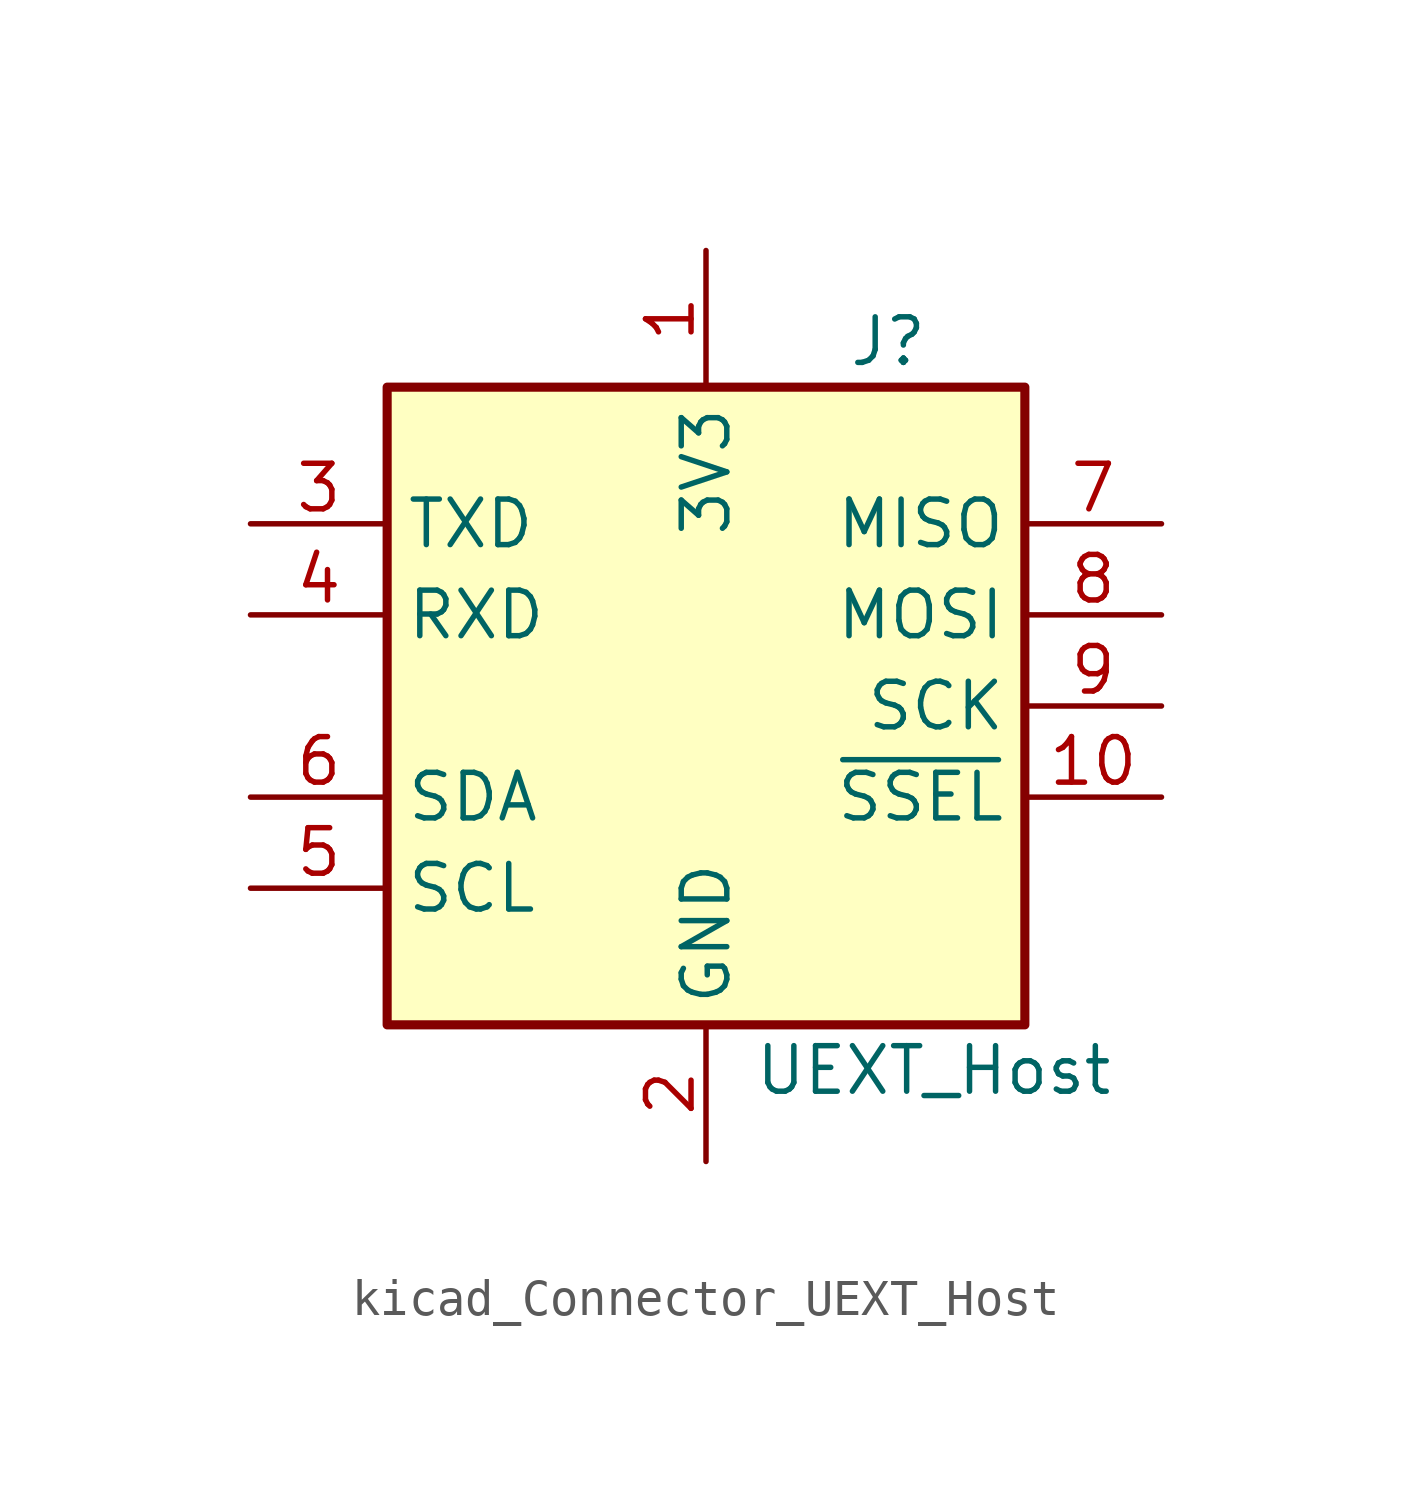
<source format=kicad_sym>
(kicad_symbol_lib
  (version 20220914)
  (generator kicad_symbol_editor)
  (symbol "kicad_Connector_UEXT_Host"
    (property "Reference" "J"
      (at 5.08 10.16 0)
      (effects (font (size 1.27 1.27))))
    (property "Value" "UEXT_Host"
      (at 6.35 -10.16 0)
      (effects (font (size 1.27 1.27))))
    (symbol "kicad_Connector_UEXT_Host_1_1"
      (rectangle (start -8.89 8.89) (end 8.89 -8.89) (stroke (width 0.254) (type default)) (fill (type background)))
      (pin power_in line (at 0 12.7 270) (length 3.81) (name "3V3" (effects (font (size 1.27 1.27)))) (number "1" (effects (font (size 1.27 1.27)))))
      (pin output line (at 12.7 -2.54 180) (length 3.81) (name "~{SSEL}" (effects (font (size 1.27 1.27)))) (number "10" (effects (font (size 1.27 1.27)))))
      (pin power_in line (at 0 -12.7 90) (length 3.81) (name "GND" (effects (font (size 1.27 1.27)))) (number "2" (effects (font (size 1.27 1.27)))))
      (pin output line (at -12.7 5.08 0) (length 3.81) (name "TXD" (effects (font (size 1.27 1.27)))) (number "3" (effects (font (size 1.27 1.27)))))
      (pin input line (at -12.7 2.54 0) (length 3.81) (name "RXD" (effects (font (size 1.27 1.27)))) (number "4" (effects (font (size 1.27 1.27)))))
      (pin output line (at -12.7 -5.08 0) (length 3.81) (name "SCL" (effects (font (size 1.27 1.27)))) (number "5" (effects (font (size 1.27 1.27)))))
      (pin bidirectional line (at -12.7 -2.54 0) (length 3.81) (name "SDA" (effects (font (size 1.27 1.27)))) (number "6" (effects (font (size 1.27 1.27)))))
      (pin output line (at 12.7 5.08 180) (length 3.81) (name "MISO" (effects (font (size 1.27 1.27)))) (number "7" (effects (font (size 1.27 1.27)))))
      (pin input line (at 12.7 2.54 180) (length 3.81) (name "MOSI" (effects (font (size 1.27 1.27)))) (number "8" (effects (font (size 1.27 1.27)))))
      (pin output line (at 12.7 0 180) (length 3.81) (name "SCK" (effects (font (size 1.27 1.27)))) (number "9" (effects (font (size 1.27 1.27))))))))
</source>
